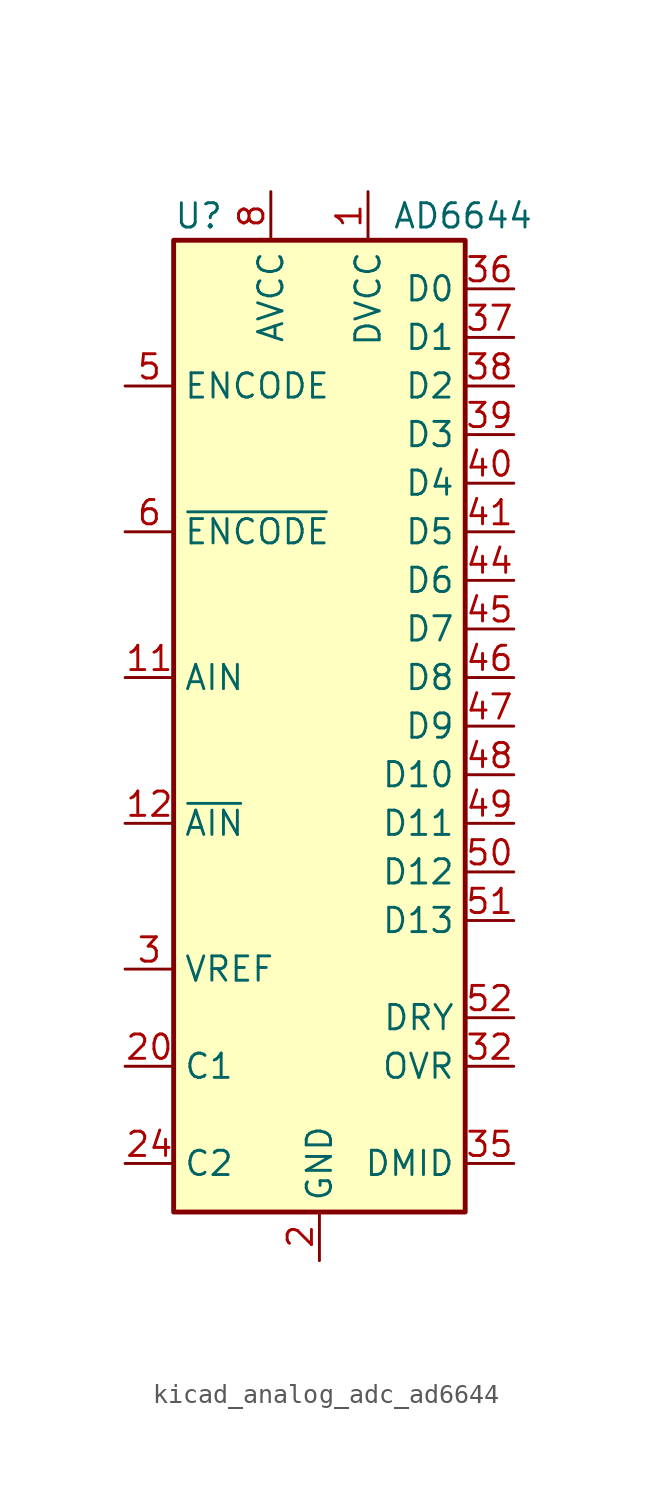
<source format=kicad_sym>
(kicad_symbol_lib
  (version 20220914)
  (generator kicad_symbol_editor)
  (symbol "kicad_analog_adc_ad6644"
    (property "Reference" "U"
      (at -7.62 26.67 0)
      (effects (font (size 1.27 1.27)) (justify left)))
    (property "Value" "AD6644"
      (at 3.81 26.67 0)
      (effects (font (size 1.27 1.27)) (justify left)))
    (symbol "kicad_analog_adc_ad6644_0_1"
      (rectangle (start -7.62 25.4) (end 7.62 -25.4) (stroke (width 0.254) (type default)) (fill (type background))))
    (symbol "kicad_analog_adc_ad6644_1_1"
      (pin power_in line (at 2.54 27.94 270) (length 2.54) (name "DVCC" (effects (font (size 1.27 1.27)))) (number "1" (effects (font (size 1.27 1.27)))))
      (pin passive line (at 0 -27.94 90) (length 2.54) hide (name "GND" (effects (font (size 1.27 1.27)))) (number "10" (effects (font (size 1.27 1.27)))))
      (pin input line (at -10.16 2.54 0) (length 2.54) (name "AIN" (effects (font (size 1.27 1.27)))) (number "11" (effects (font (size 1.27 1.27)))))
      (pin input line (at -10.16 -5.08 0) (length 2.54) (name "~{AIN}" (effects (font (size 1.27 1.27)))) (number "12" (effects (font (size 1.27 1.27)))))
      (pin passive line (at 0 -27.94 90) (length 2.54) hide (name "GND" (effects (font (size 1.27 1.27)))) (number "13" (effects (font (size 1.27 1.27)))))
      (pin passive line (at -2.54 27.94 270) (length 2.54) hide (name "AVCC" (effects (font (size 1.27 1.27)))) (number "14" (effects (font (size 1.27 1.27)))))
      (pin passive line (at 0 -27.94 90) (length 2.54) hide (name "GND" (effects (font (size 1.27 1.27)))) (number "15" (effects (font (size 1.27 1.27)))))
      (pin passive line (at -2.54 27.94 270) (length 2.54) hide (name "AVCC" (effects (font (size 1.27 1.27)))) (number "16" (effects (font (size 1.27 1.27)))))
      (pin passive line (at 0 -27.94 90) (length 2.54) hide (name "GND" (effects (font (size 1.27 1.27)))) (number "17" (effects (font (size 1.27 1.27)))))
      (pin passive line (at -2.54 27.94 270) (length 2.54) hide (name "AVCC" (effects (font (size 1.27 1.27)))) (number "18" (effects (font (size 1.27 1.27)))))
      (pin passive line (at 0 -27.94 90) (length 2.54) hide (name "GND" (effects (font (size 1.27 1.27)))) (number "19" (effects (font (size 1.27 1.27)))))
      (pin power_in line (at 0 -27.94 90) (length 2.54) (name "GND" (effects (font (size 1.27 1.27)))) (number "2" (effects (font (size 1.27 1.27)))))
      (pin passive line (at -10.16 -17.78 0) (length 2.54) (name "C1" (effects (font (size 1.27 1.27)))) (number "20" (effects (font (size 1.27 1.27)))))
      (pin passive line (at 0 -27.94 90) (length 2.54) hide (name "GND" (effects (font (size 1.27 1.27)))) (number "21" (effects (font (size 1.27 1.27)))))
      (pin passive line (at -2.54 27.94 270) (length 2.54) hide (name "AVCC" (effects (font (size 1.27 1.27)))) (number "22" (effects (font (size 1.27 1.27)))))
      (pin passive line (at 0 -27.94 90) (length 2.54) hide (name "GND" (effects (font (size 1.27 1.27)))) (number "23" (effects (font (size 1.27 1.27)))))
      (pin passive line (at -10.16 -22.86 0) (length 2.54) (name "C2" (effects (font (size 1.27 1.27)))) (number "24" (effects (font (size 1.27 1.27)))))
      (pin passive line (at 0 -27.94 90) (length 2.54) hide (name "GND" (effects (font (size 1.27 1.27)))) (number "25" (effects (font (size 1.27 1.27)))))
      (pin passive line (at -2.54 27.94 270) (length 2.54) hide (name "AVCC" (effects (font (size 1.27 1.27)))) (number "26" (effects (font (size 1.27 1.27)))))
      (pin passive line (at 0 -27.94 90) (length 2.54) hide (name "GND" (effects (font (size 1.27 1.27)))) (number "27" (effects (font (size 1.27 1.27)))))
      (pin passive line (at -2.54 27.94 270) (length 2.54) hide (name "AVCC" (effects (font (size 1.27 1.27)))) (number "28" (effects (font (size 1.27 1.27)))))
      (pin passive line (at 0 -27.94 90) (length 2.54) hide (name "GND" (effects (font (size 1.27 1.27)))) (number "29" (effects (font (size 1.27 1.27)))))
      (pin passive line (at -10.16 -12.7 0) (length 2.54) (name "VREF" (effects (font (size 1.27 1.27)))) (number "3" (effects (font (size 1.27 1.27)))))
      (pin passive line (at -2.54 27.94 270) (length 2.54) hide (name "AVCC" (effects (font (size 1.27 1.27)))) (number "30" (effects (font (size 1.27 1.27)))))
      (pin no_connect line (at 7.62 -12.7 180) (length 2.54) hide (name "DNC" (effects (font (size 1.27 1.27)))) (number "31" (effects (font (size 1.27 1.27)))))
      (pin output line (at 10.16 -17.78 180) (length 2.54) (name "OVR" (effects (font (size 1.27 1.27)))) (number "32" (effects (font (size 1.27 1.27)))))
      (pin passive line (at 2.54 27.94 270) (length 2.54) hide (name "DVCC" (effects (font (size 1.27 1.27)))) (number "33" (effects (font (size 1.27 1.27)))))
      (pin passive line (at 0 -27.94 90) (length 2.54) hide (name "GND" (effects (font (size 1.27 1.27)))) (number "34" (effects (font (size 1.27 1.27)))))
      (pin output line (at 10.16 -22.86 180) (length 2.54) (name "DMID" (effects (font (size 1.27 1.27)))) (number "35" (effects (font (size 1.27 1.27)))))
      (pin output line (at 10.16 22.86 180) (length 2.54) (name "D0" (effects (font (size 1.27 1.27)))) (number "36" (effects (font (size 1.27 1.27)))))
      (pin output line (at 10.16 20.32 180) (length 2.54) (name "D1" (effects (font (size 1.27 1.27)))) (number "37" (effects (font (size 1.27 1.27)))))
      (pin output line (at 10.16 17.78 180) (length 2.54) (name "D2" (effects (font (size 1.27 1.27)))) (number "38" (effects (font (size 1.27 1.27)))))
      (pin output line (at 10.16 15.24 180) (length 2.54) (name "D3" (effects (font (size 1.27 1.27)))) (number "39" (effects (font (size 1.27 1.27)))))
      (pin passive line (at 0 -27.94 90) (length 2.54) hide (name "GND" (effects (font (size 1.27 1.27)))) (number "4" (effects (font (size 1.27 1.27)))))
      (pin output line (at 10.16 12.7 180) (length 2.54) (name "D4" (effects (font (size 1.27 1.27)))) (number "40" (effects (font (size 1.27 1.27)))))
      (pin output line (at 10.16 10.16 180) (length 2.54) (name "D5" (effects (font (size 1.27 1.27)))) (number "41" (effects (font (size 1.27 1.27)))))
      (pin passive line (at 0 -27.94 90) (length 2.54) hide (name "GND" (effects (font (size 1.27 1.27)))) (number "42" (effects (font (size 1.27 1.27)))))
      (pin passive line (at 2.54 27.94 270) (length 2.54) hide (name "DVCC" (effects (font (size 1.27 1.27)))) (number "43" (effects (font (size 1.27 1.27)))))
      (pin output line (at 10.16 7.62 180) (length 2.54) (name "D6" (effects (font (size 1.27 1.27)))) (number "44" (effects (font (size 1.27 1.27)))))
      (pin output line (at 10.16 5.08 180) (length 2.54) (name "D7" (effects (font (size 1.27 1.27)))) (number "45" (effects (font (size 1.27 1.27)))))
      (pin output line (at 10.16 2.54 180) (length 2.54) (name "D8" (effects (font (size 1.27 1.27)))) (number "46" (effects (font (size 1.27 1.27)))))
      (pin output line (at 10.16 0 180) (length 2.54) (name "D9" (effects (font (size 1.27 1.27)))) (number "47" (effects (font (size 1.27 1.27)))))
      (pin output line (at 10.16 -2.54 180) (length 2.54) (name "D10" (effects (font (size 1.27 1.27)))) (number "48" (effects (font (size 1.27 1.27)))))
      (pin output line (at 10.16 -5.08 180) (length 2.54) (name "D11" (effects (font (size 1.27 1.27)))) (number "49" (effects (font (size 1.27 1.27)))))
      (pin input line (at -10.16 17.78 0) (length 2.54) (name "ENCODE" (effects (font (size 1.27 1.27)))) (number "5" (effects (font (size 1.27 1.27)))))
      (pin output line (at 10.16 -7.62 180) (length 2.54) (name "D12" (effects (font (size 1.27 1.27)))) (number "50" (effects (font (size 1.27 1.27)))))
      (pin output line (at 10.16 -10.16 180) (length 2.54) (name "D13" (effects (font (size 1.27 1.27)))) (number "51" (effects (font (size 1.27 1.27)))))
      (pin output line (at 10.16 -15.24 180) (length 2.54) (name "DRY" (effects (font (size 1.27 1.27)))) (number "52" (effects (font (size 1.27 1.27)))))
      (pin passive line (at 0 -27.94 90) (length 2.54) hide (name "GND" (effects (font (size 1.27 1.27)))) (number "53" (effects (font (size 1.27 1.27)))))
      (pin input line (at -10.16 10.16 0) (length 2.54) (name "~{ENCODE}" (effects (font (size 1.27 1.27)))) (number "6" (effects (font (size 1.27 1.27)))))
      (pin passive line (at 0 -27.94 90) (length 2.54) hide (name "GND" (effects (font (size 1.27 1.27)))) (number "7" (effects (font (size 1.27 1.27)))))
      (pin power_in line (at -2.54 27.94 270) (length 2.54) (name "AVCC" (effects (font (size 1.27 1.27)))) (number "8" (effects (font (size 1.27 1.27)))))
      (pin passive line (at -2.54 27.94 270) (length 2.54) hide (name "AVCC" (effects (font (size 1.27 1.27)))) (number "9" (effects (font (size 1.27 1.27))))))))
</source>
